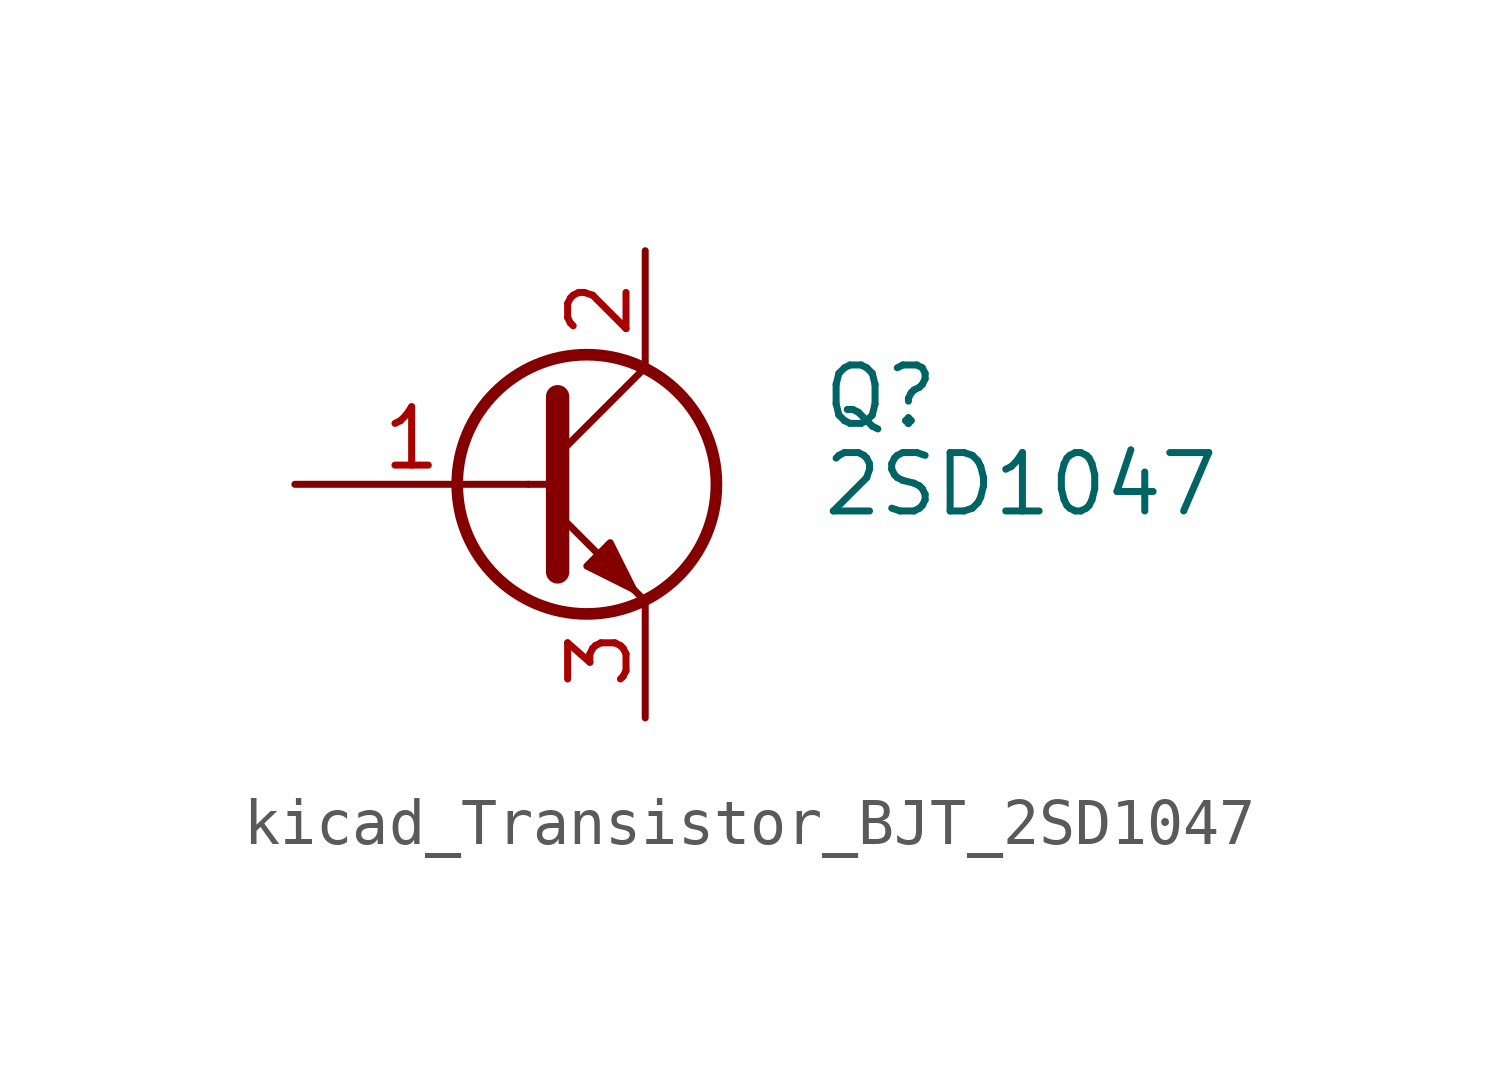
<source format=kicad_sym>
(kicad_symbol_lib
  (version 20220914)
  (generator kicad_symbol_editor)
  (symbol "kicad_Transistor_BJT_2SD1047"
    (pin_names
      (offset 0) hide)
    (property "Reference" "Q"
      (at 6.35 1.905 0)
      (effects (font (size 1.27 1.27)) (justify left)))
    (property "Value" "2SD1047"
      (at 6.35 0 0)
      (effects (font (size 1.27 1.27)) (justify left)))
    (symbol "kicad_Transistor_BJT_2SD1047_0_1"
      (polyline (pts (xy 0 0) (xy 0.762 0)) (stroke (width 0) (type default)) (fill (type none)))
      (polyline (pts (xy 0.635 0.635) (xy 2.54 2.54)) (stroke (width 0) (type default)) (fill (type none)))
      (polyline (pts (xy 0.635 -0.635) (xy 2.54 -2.54) (xy 2.54 -2.54)) (stroke (width 0) (type default)) (fill (type none)))
      (polyline (pts (xy 0.635 1.905) (xy 0.635 -1.905) (xy 0.635 -1.905)) (stroke (width 0.508) (type default)) (fill (type none)))
      (polyline (pts (xy 1.27 -1.778) (xy 1.778 -1.27) (xy 2.286 -2.286) (xy 1.27 -1.778) (xy 1.27 -1.778)) (stroke (width 0) (type default)) (fill (type outline)))
      (circle (center 1.27 0) (radius 2.819) (stroke (width 0.254) (type default)) (fill (type none))))
    (symbol "kicad_Transistor_BJT_2SD1047_1_1"
      (pin input line (at -5.08 0 0) (length 5.08) (name "B" (effects (font (size 1.27 1.27)))) (number "1" (effects (font (size 1.27 1.27)))))
      (pin passive line (at 2.54 5.08 270) (length 2.54) (name "C" (effects (font (size 1.27 1.27)))) (number "2" (effects (font (size 1.27 1.27)))))
      (pin passive line (at 2.54 -5.08 90) (length 2.54) (name "E" (effects (font (size 1.27 1.27)))) (number "3" (effects (font (size 1.27 1.27))))))))
</source>
